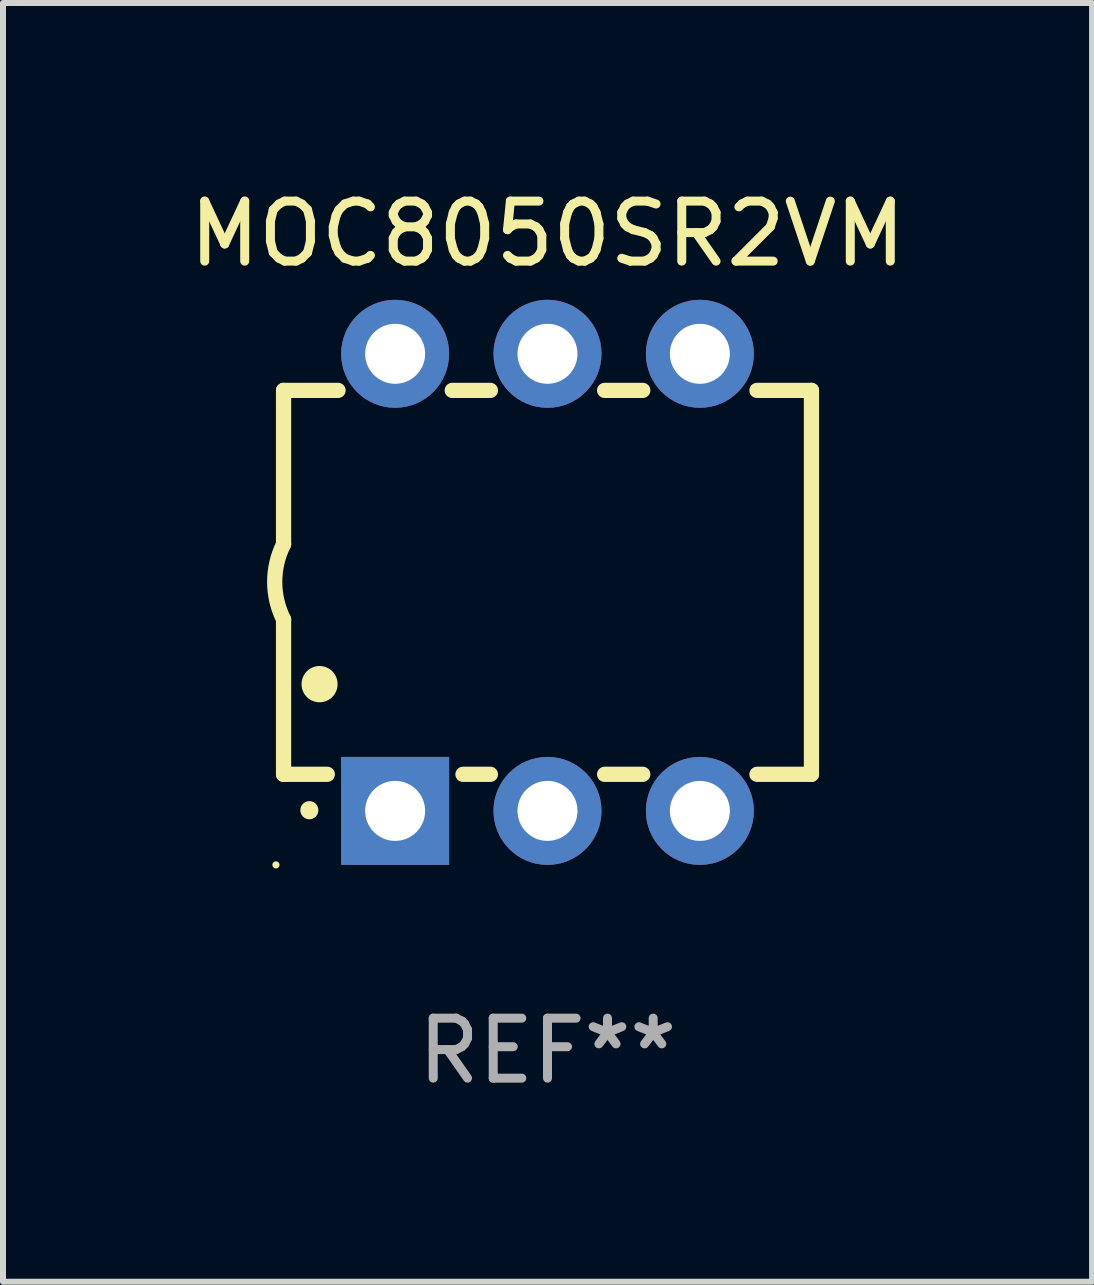
<source format=kicad_pcb>
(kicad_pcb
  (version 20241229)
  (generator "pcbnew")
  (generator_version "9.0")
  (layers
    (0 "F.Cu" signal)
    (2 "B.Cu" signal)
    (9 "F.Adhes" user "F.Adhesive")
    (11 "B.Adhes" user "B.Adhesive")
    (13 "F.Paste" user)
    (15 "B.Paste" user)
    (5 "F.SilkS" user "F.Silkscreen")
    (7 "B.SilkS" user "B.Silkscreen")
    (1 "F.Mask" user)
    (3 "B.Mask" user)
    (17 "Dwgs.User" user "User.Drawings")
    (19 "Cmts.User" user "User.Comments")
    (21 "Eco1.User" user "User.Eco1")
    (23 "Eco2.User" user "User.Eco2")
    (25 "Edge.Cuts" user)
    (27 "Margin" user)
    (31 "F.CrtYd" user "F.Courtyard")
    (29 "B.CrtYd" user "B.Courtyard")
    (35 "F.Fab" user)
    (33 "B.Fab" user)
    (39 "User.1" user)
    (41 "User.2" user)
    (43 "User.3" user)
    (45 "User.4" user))
  (footprint "MOC8050SR2VM"
    (layer "F.Cu")
    (at 6.077 6.658)
    (property "Reference" "MOC8050SR2VM" (at 0 -5.81 0) (layer "F.SilkS") (effects (font (size 1 1) (thickness 0.15))))
    (attr through_hole)
    (fp_line (start -4.4 -3.2) (end -4.4 -0.635) (stroke (width 0.254) (type solid)) (layer "F.SilkS"))
    (fp_line (start -4.4 -3.2) (end -3.492 -3.2) (stroke (width 0.254) (type solid)) (layer "F.SilkS"))
    (fp_line (start -4.4 3.2) (end -4.4 0.619) (stroke (width 0.254) (type solid)) (layer "F.SilkS"))
    (fp_line (start -3.671 3.2) (end -4.4 3.2) (stroke (width 0.254) (type solid)) (layer "F.SilkS"))
    (fp_line (start -1.588 -3.2) (end -0.952 -3.2) (stroke (width 0.254) (type solid)) (layer "F.SilkS"))
    (fp_line (start -0.952 3.2) (end -1.409 3.2) (stroke (width 0.254) (type solid)) (layer "F.SilkS"))
    (fp_line (start 0.952 -3.2) (end 1.588 -3.2) (stroke (width 0.254) (type solid)) (layer "F.SilkS"))
    (fp_line (start 1.588 3.2) (end 0.952 3.2) (stroke (width 0.254) (type solid)) (layer "F.SilkS"))
    (fp_line (start 3.492 -3.2) (end 4.4 -3.2) (stroke (width 0.254) (type solid)) (layer "F.SilkS"))
    (fp_line (start 4.4 -3.2) (end 4.4 3.2) (stroke (width 0.254) (type solid)) (layer "F.SilkS"))
    (fp_line (start 4.4 3.2) (end 3.492 3.2) (stroke (width 0.254) (type solid)) (layer "F.SilkS"))
    (fp_arc (start -4.399288 0.619762) (mid -4.547636 -0.007536) (end -4.4 -0.635001) (stroke (width 0.254001) (type solid)) (layer "F.SilkS"))
    (fp_arc (start -3.970028 3.799848) (mid -3.970033 3.798578) (end -3.970028 3.797308) (stroke (width 0.3) (type solid)) (layer "F.SilkS"))
    (fp_arc (start -3.799848 1.699263) (mid -3.799859 1.696723) (end -3.799848 1.694183) (stroke (width 0.6) (type solid)) (layer "F.SilkS"))
    (fp_circle (center -4.527 4.71) (end -4.497 4.71) (stroke (width 0.06) (type solid)) (fill no) (layer "F.SilkS"))
    (fp_text user "REF**" (at 0 7.81 0) (layer "F.Fab") (effects (font (size 1 1) (thickness 0.15))))
    (pad "1" thru_hole rect (at -2.54 3.81 180) (size 1.8 1.8) (drill 1) (layers "*.Cu" "*.Mask"))
    (pad "2" thru_hole circle (at 0 3.81) (size 1.8 1.8) (drill 1) (layers "*.Cu" "*.Mask"))
    (pad "3" thru_hole circle (at 2.54 3.81) (size 1.8 1.8) (drill 1) (layers "*.Cu" "*.Mask"))
    (pad "4" thru_hole circle (at 2.54 -3.81) (size 1.8 1.8) (drill 1) (layers "*.Cu" "*.Mask"))
    (pad "5" thru_hole circle (at 0 -3.81) (size 1.8 1.8) (drill 1) (layers "*.Cu" "*.Mask"))
    (pad "6" thru_hole circle (at -2.54 -3.81) (size 1.8 1.8) (drill 1) (layers "*.Cu" "*.Mask")))
  (gr_rect
    (start -3 -3)
    (end 15.155 18.317)
    (stroke (width 0.1) (type default))
    (fill no)
    (layer "Edge.Cuts")))
</source>
